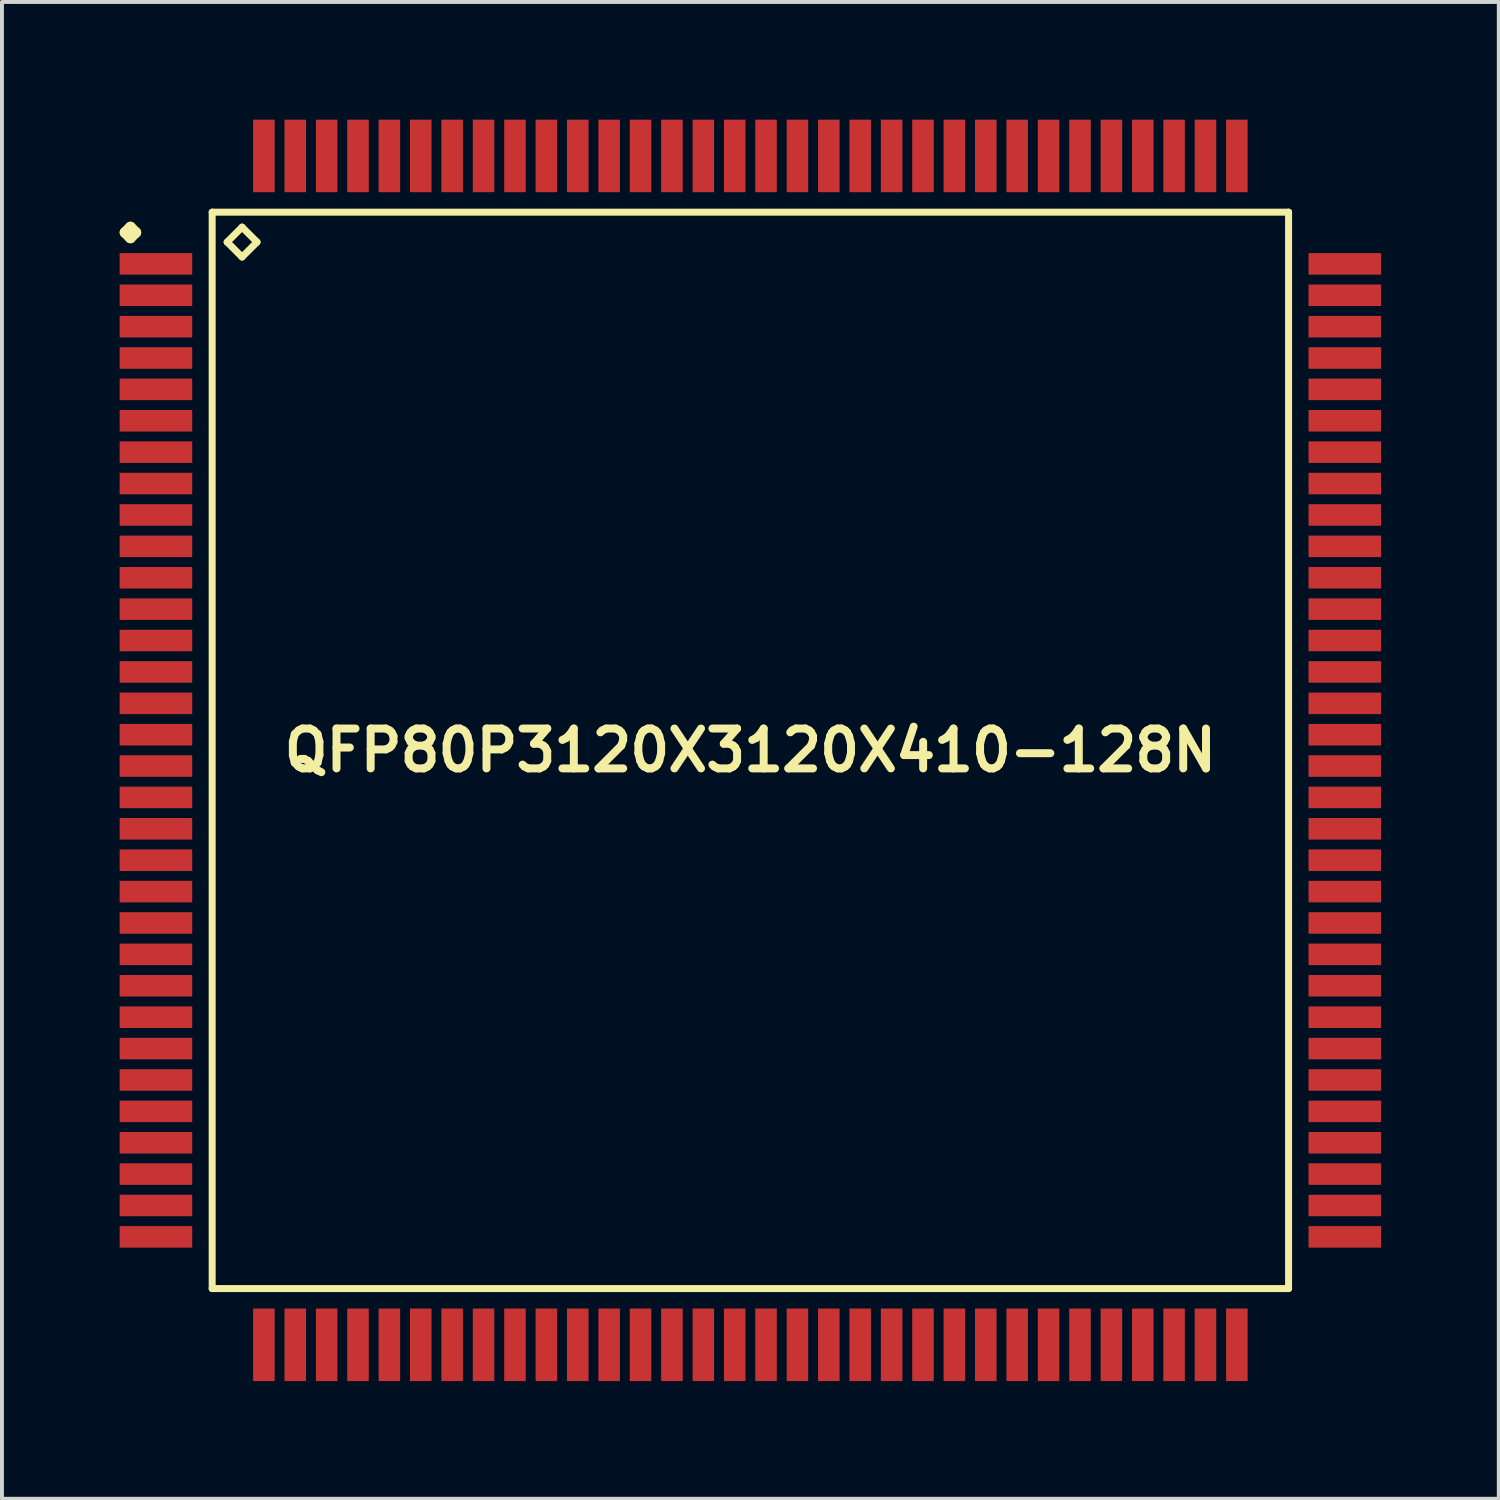
<source format=kicad_pcb>
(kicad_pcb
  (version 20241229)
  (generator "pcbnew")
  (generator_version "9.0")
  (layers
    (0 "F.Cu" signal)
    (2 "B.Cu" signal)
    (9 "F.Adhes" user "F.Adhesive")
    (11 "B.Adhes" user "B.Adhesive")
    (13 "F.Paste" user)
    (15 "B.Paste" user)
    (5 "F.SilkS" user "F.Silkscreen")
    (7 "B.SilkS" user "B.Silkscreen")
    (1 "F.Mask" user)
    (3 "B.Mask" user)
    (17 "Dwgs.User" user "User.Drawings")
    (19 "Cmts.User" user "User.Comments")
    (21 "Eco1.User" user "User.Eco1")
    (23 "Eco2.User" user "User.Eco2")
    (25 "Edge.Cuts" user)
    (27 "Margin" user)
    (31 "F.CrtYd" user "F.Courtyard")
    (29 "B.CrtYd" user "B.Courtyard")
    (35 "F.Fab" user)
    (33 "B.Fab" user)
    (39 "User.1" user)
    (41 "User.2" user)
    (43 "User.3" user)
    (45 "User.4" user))
  (footprint "QFP80P3120X3120X410-128N"
    (layer "F.Cu")
    (at 16.073 16.073)
    (property "Reference" "QFP80P3120X3120X410-128N" (at 0 0 0) (layer "F.SilkS") (effects (font (size 1.016 1.016) (thickness 0.203))))
    (attr smd)
    (fp_line (start -15.936 -13.198) (end -15.799 -13.335) (stroke (width 0.274) (type solid)) (layer "F.SilkS"))
    (fp_line (start -15.799 -13.335) (end -15.662 -13.198) (stroke (width 0.274) (type solid)) (layer "F.SilkS"))
    (fp_line (start -15.799 -13.061) (end -15.936 -13.198) (stroke (width 0.274) (type solid)) (layer "F.SilkS"))
    (fp_line (start -15.662 -13.198) (end -15.799 -13.061) (stroke (width 0.274) (type solid)) (layer "F.SilkS"))
    (fp_line (start -13.716 -13.716) (end -13.716 13.716) (stroke (width 0.178) (type solid)) (layer "F.SilkS"))
    (fp_line (start -13.716 13.716) (end 13.716 13.716) (stroke (width 0.178) (type solid)) (layer "F.SilkS"))
    (fp_line (start -13.335 -12.954) (end -12.954 -13.335) (stroke (width 0.178) (type solid)) (layer "F.SilkS"))
    (fp_line (start -12.954 -13.335) (end -12.573 -12.954) (stroke (width 0.178) (type solid)) (layer "F.SilkS"))
    (fp_line (start -12.954 -12.573) (end -13.335 -12.954) (stroke (width 0.178) (type solid)) (layer "F.SilkS"))
    (fp_line (start -12.573 -12.954) (end -12.954 -12.573) (stroke (width 0.178) (type solid)) (layer "F.SilkS"))
    (fp_line (start 13.716 -13.716) (end -13.716 -13.716) (stroke (width 0.178) (type solid)) (layer "F.SilkS"))
    (fp_line (start 13.716 13.716) (end 13.716 -13.716) (stroke (width 0.178) (type solid)) (layer "F.SilkS"))
    (pad "1" smd rect (at -15.149 -12.398) (size 1.849 0.549) (layers "F.Cu" "F.Mask" "F.Paste"))
    (pad "2" smd rect (at -15.149 -11.598) (size 1.849 0.549) (layers "F.Cu" "F.Mask" "F.Paste"))
    (pad "3" smd rect (at -15.149 -10.798) (size 1.849 0.549) (layers "F.Cu" "F.Mask" "F.Paste"))
    (pad "4" smd rect (at -15.149 -10) (size 1.849 0.549) (layers "F.Cu" "F.Mask" "F.Paste"))
    (pad "5" smd rect (at -15.149 -9.2) (size 1.849 0.549) (layers "F.Cu" "F.Mask" "F.Paste"))
    (pad "6" smd rect (at -15.149 -8.4) (size 1.849 0.549) (layers "F.Cu" "F.Mask" "F.Paste"))
    (pad "7" smd rect (at -15.149 -7.6) (size 1.849 0.549) (layers "F.Cu" "F.Mask" "F.Paste"))
    (pad "8" smd rect (at -15.149 -6.8) (size 1.849 0.549) (layers "F.Cu" "F.Mask" "F.Paste"))
    (pad "9" smd rect (at -15.149 -5.999) (size 1.849 0.549) (layers "F.Cu" "F.Mask" "F.Paste"))
    (pad "10" smd rect (at -15.149 -5.199) (size 1.849 0.549) (layers "F.Cu" "F.Mask" "F.Paste"))
    (pad "11" smd rect (at -15.149 -4.399) (size 1.849 0.549) (layers "F.Cu" "F.Mask" "F.Paste"))
    (pad "12" smd rect (at -15.149 -3.599) (size 1.849 0.549) (layers "F.Cu" "F.Mask" "F.Paste"))
    (pad "13" smd rect (at -15.149 -2.799) (size 1.849 0.549) (layers "F.Cu" "F.Mask" "F.Paste"))
    (pad "14" smd rect (at -15.149 -1.999) (size 1.849 0.549) (layers "F.Cu" "F.Mask" "F.Paste"))
    (pad "15" smd rect (at -15.149 -1.199) (size 1.849 0.549) (layers "F.Cu" "F.Mask" "F.Paste"))
    (pad "16" smd rect (at -15.149 -0.399) (size 1.849 0.549) (layers "F.Cu" "F.Mask" "F.Paste"))
    (pad "17" smd rect (at -15.149 0.399) (size 1.849 0.549) (layers "F.Cu" "F.Mask" "F.Paste"))
    (pad "18" smd rect (at -15.149 1.199) (size 1.849 0.549) (layers "F.Cu" "F.Mask" "F.Paste"))
    (pad "19" smd rect (at -15.149 1.999) (size 1.849 0.549) (layers "F.Cu" "F.Mask" "F.Paste"))
    (pad "20" smd rect (at -15.149 2.799) (size 1.849 0.549) (layers "F.Cu" "F.Mask" "F.Paste"))
    (pad "21" smd rect (at -15.149 3.599) (size 1.849 0.549) (layers "F.Cu" "F.Mask" "F.Paste"))
    (pad "22" smd rect (at -15.149 4.399) (size 1.849 0.549) (layers "F.Cu" "F.Mask" "F.Paste"))
    (pad "23" smd rect (at -15.149 5.199) (size 1.849 0.549) (layers "F.Cu" "F.Mask" "F.Paste"))
    (pad "24" smd rect (at -15.149 5.999) (size 1.849 0.549) (layers "F.Cu" "F.Mask" "F.Paste"))
    (pad "25" smd rect (at -15.149 6.8) (size 1.849 0.549) (layers "F.Cu" "F.Mask" "F.Paste"))
    (pad "26" smd rect (at -15.149 7.6) (size 1.849 0.549) (layers "F.Cu" "F.Mask" "F.Paste"))
    (pad "27" smd rect (at -15.149 8.4) (size 1.849 0.549) (layers "F.Cu" "F.Mask" "F.Paste"))
    (pad "28" smd rect (at -15.149 9.2) (size 1.849 0.549) (layers "F.Cu" "F.Mask" "F.Paste"))
    (pad "29" smd rect (at -15.149 10) (size 1.849 0.549) (layers "F.Cu" "F.Mask" "F.Paste"))
    (pad "30" smd rect (at -15.149 10.798) (size 1.849 0.549) (layers "F.Cu" "F.Mask" "F.Paste"))
    (pad "31" smd rect (at -15.149 11.598) (size 1.849 0.549) (layers "F.Cu" "F.Mask" "F.Paste"))
    (pad "32" smd rect (at -15.149 12.398) (size 1.849 0.549) (layers "F.Cu" "F.Mask" "F.Paste"))
    (pad "33" smd rect (at -12.398 15.149) (size 0.549 1.849) (layers "F.Cu" "F.Mask" "F.Paste"))
    (pad "34" smd rect (at -11.598 15.149) (size 0.549 1.849) (layers "F.Cu" "F.Mask" "F.Paste"))
    (pad "35" smd rect (at -10.798 15.149) (size 0.549 1.849) (layers "F.Cu" "F.Mask" "F.Paste"))
    (pad "36" smd rect (at -10 15.149) (size 0.549 1.849) (layers "F.Cu" "F.Mask" "F.Paste"))
    (pad "37" smd rect (at -9.2 15.149) (size 0.549 1.849) (layers "F.Cu" "F.Mask" "F.Paste"))
    (pad "38" smd rect (at -8.4 15.149) (size 0.549 1.849) (layers "F.Cu" "F.Mask" "F.Paste"))
    (pad "39" smd rect (at -7.6 15.149) (size 0.549 1.849) (layers "F.Cu" "F.Mask" "F.Paste"))
    (pad "40" smd rect (at -6.8 15.149) (size 0.549 1.849) (layers "F.Cu" "F.Mask" "F.Paste"))
    (pad "41" smd rect (at -5.999 15.149) (size 0.549 1.849) (layers "F.Cu" "F.Mask" "F.Paste"))
    (pad "42" smd rect (at -5.199 15.149) (size 0.549 1.849) (layers "F.Cu" "F.Mask" "F.Paste"))
    (pad "43" smd rect (at -4.399 15.149) (size 0.549 1.849) (layers "F.Cu" "F.Mask" "F.Paste"))
    (pad "44" smd rect (at -3.599 15.149) (size 0.549 1.849) (layers "F.Cu" "F.Mask" "F.Paste"))
    (pad "45" smd rect (at -2.799 15.149) (size 0.549 1.849) (layers "F.Cu" "F.Mask" "F.Paste"))
    (pad "46" smd rect (at -1.999 15.149) (size 0.549 1.849) (layers "F.Cu" "F.Mask" "F.Paste"))
    (pad "47" smd rect (at -1.199 15.149) (size 0.549 1.849) (layers "F.Cu" "F.Mask" "F.Paste"))
    (pad "48" smd rect (at -0.399 15.149) (size 0.549 1.849) (layers "F.Cu" "F.Mask" "F.Paste"))
    (pad "49" smd rect (at 0.399 15.149) (size 0.549 1.849) (layers "F.Cu" "F.Mask" "F.Paste"))
    (pad "50" smd rect (at 1.199 15.149) (size 0.549 1.849) (layers "F.Cu" "F.Mask" "F.Paste"))
    (pad "51" smd rect (at 1.999 15.149) (size 0.549 1.849) (layers "F.Cu" "F.Mask" "F.Paste"))
    (pad "52" smd rect (at 2.799 15.149) (size 0.549 1.849) (layers "F.Cu" "F.Mask" "F.Paste"))
    (pad "53" smd rect (at 3.599 15.149) (size 0.549 1.849) (layers "F.Cu" "F.Mask" "F.Paste"))
    (pad "54" smd rect (at 4.399 15.149) (size 0.549 1.849) (layers "F.Cu" "F.Mask" "F.Paste"))
    (pad "55" smd rect (at 5.199 15.149) (size 0.549 1.849) (layers "F.Cu" "F.Mask" "F.Paste"))
    (pad "56" smd rect (at 5.999 15.149) (size 0.549 1.849) (layers "F.Cu" "F.Mask" "F.Paste"))
    (pad "57" smd rect (at 6.8 15.149) (size 0.549 1.849) (layers "F.Cu" "F.Mask" "F.Paste"))
    (pad "58" smd rect (at 7.6 15.149) (size 0.549 1.849) (layers "F.Cu" "F.Mask" "F.Paste"))
    (pad "59" smd rect (at 8.4 15.149) (size 0.549 1.849) (layers "F.Cu" "F.Mask" "F.Paste"))
    (pad "60" smd rect (at 9.2 15.149) (size 0.549 1.849) (layers "F.Cu" "F.Mask" "F.Paste"))
    (pad "61" smd rect (at 10 15.149) (size 0.549 1.849) (layers "F.Cu" "F.Mask" "F.Paste"))
    (pad "62" smd rect (at 10.798 15.149) (size 0.549 1.849) (layers "F.Cu" "F.Mask" "F.Paste"))
    (pad "63" smd rect (at 11.598 15.149) (size 0.549 1.849) (layers "F.Cu" "F.Mask" "F.Paste"))
    (pad "64" smd rect (at 12.398 15.149) (size 0.549 1.849) (layers "F.Cu" "F.Mask" "F.Paste"))
    (pad "65" smd rect (at 15.149 12.398) (size 1.849 0.549) (layers "F.Cu" "F.Mask" "F.Paste"))
    (pad "66" smd rect (at 15.149 11.598) (size 1.849 0.549) (layers "F.Cu" "F.Mask" "F.Paste"))
    (pad "67" smd rect (at 15.149 10.798) (size 1.849 0.549) (layers "F.Cu" "F.Mask" "F.Paste"))
    (pad "68" smd rect (at 15.149 10) (size 1.849 0.549) (layers "F.Cu" "F.Mask" "F.Paste"))
    (pad "69" smd rect (at 15.149 9.2) (size 1.849 0.549) (layers "F.Cu" "F.Mask" "F.Paste"))
    (pad "70" smd rect (at 15.149 8.4) (size 1.849 0.549) (layers "F.Cu" "F.Mask" "F.Paste"))
    (pad "71" smd rect (at 15.149 7.6) (size 1.849 0.549) (layers "F.Cu" "F.Mask" "F.Paste"))
    (pad "72" smd rect (at 15.149 6.8) (size 1.849 0.549) (layers "F.Cu" "F.Mask" "F.Paste"))
    (pad "73" smd rect (at 15.149 5.999) (size 1.849 0.549) (layers "F.Cu" "F.Mask" "F.Paste"))
    (pad "74" smd rect (at 15.149 5.199) (size 1.849 0.549) (layers "F.Cu" "F.Mask" "F.Paste"))
    (pad "75" smd rect (at 15.149 4.399) (size 1.849 0.549) (layers "F.Cu" "F.Mask" "F.Paste"))
    (pad "76" smd rect (at 15.149 3.599) (size 1.849 0.549) (layers "F.Cu" "F.Mask" "F.Paste"))
    (pad "77" smd rect (at 15.149 2.799) (size 1.849 0.549) (layers "F.Cu" "F.Mask" "F.Paste"))
    (pad "78" smd rect (at 15.149 1.999) (size 1.849 0.549) (layers "F.Cu" "F.Mask" "F.Paste"))
    (pad "79" smd rect (at 15.149 1.199) (size 1.849 0.549) (layers "F.Cu" "F.Mask" "F.Paste"))
    (pad "80" smd rect (at 15.149 0.399) (size 1.849 0.549) (layers "F.Cu" "F.Mask" "F.Paste"))
    (pad "81" smd rect (at 15.149 -0.399) (size 1.849 0.549) (layers "F.Cu" "F.Mask" "F.Paste"))
    (pad "82" smd rect (at 15.149 -1.199) (size 1.849 0.549) (layers "F.Cu" "F.Mask" "F.Paste"))
    (pad "83" smd rect (at 15.149 -1.999) (size 1.849 0.549) (layers "F.Cu" "F.Mask" "F.Paste"))
    (pad "84" smd rect (at 15.149 -2.799) (size 1.849 0.549) (layers "F.Cu" "F.Mask" "F.Paste"))
    (pad "85" smd rect (at 15.149 -3.599) (size 1.849 0.549) (layers "F.Cu" "F.Mask" "F.Paste"))
    (pad "86" smd rect (at 15.149 -4.399) (size 1.849 0.549) (layers "F.Cu" "F.Mask" "F.Paste"))
    (pad "87" smd rect (at 15.149 -5.199) (size 1.849 0.549) (layers "F.Cu" "F.Mask" "F.Paste"))
    (pad "88" smd rect (at 15.149 -5.999) (size 1.849 0.549) (layers "F.Cu" "F.Mask" "F.Paste"))
    (pad "89" smd rect (at 15.149 -6.8) (size 1.849 0.549) (layers "F.Cu" "F.Mask" "F.Paste"))
    (pad "90" smd rect (at 15.149 -7.6) (size 1.849 0.549) (layers "F.Cu" "F.Mask" "F.Paste"))
    (pad "91" smd rect (at 15.149 -8.4) (size 1.849 0.549) (layers "F.Cu" "F.Mask" "F.Paste"))
    (pad "92" smd rect (at 15.149 -9.2) (size 1.849 0.549) (layers "F.Cu" "F.Mask" "F.Paste"))
    (pad "93" smd rect (at 15.149 -10) (size 1.849 0.549) (layers "F.Cu" "F.Mask" "F.Paste"))
    (pad "94" smd rect (at 15.149 -10.798) (size 1.849 0.549) (layers "F.Cu" "F.Mask" "F.Paste"))
    (pad "95" smd rect (at 15.149 -11.598) (size 1.849 0.549) (layers "F.Cu" "F.Mask" "F.Paste"))
    (pad "96" smd rect (at 15.149 -12.398) (size 1.849 0.549) (layers "F.Cu" "F.Mask" "F.Paste"))
    (pad "97" smd rect (at 12.398 -15.149) (size 0.549 1.849) (layers "F.Cu" "F.Mask" "F.Paste"))
    (pad "98" smd rect (at 11.598 -15.149) (size 0.549 1.849) (layers "F.Cu" "F.Mask" "F.Paste"))
    (pad "99" smd rect (at 10.798 -15.149) (size 0.549 1.849) (layers "F.Cu" "F.Mask" "F.Paste"))
    (pad "100" smd rect (at 10 -15.149) (size 0.549 1.849) (layers "F.Cu" "F.Mask" "F.Paste"))
    (pad "101" smd rect (at 9.2 -15.149) (size 0.549 1.849) (layers "F.Cu" "F.Mask" "F.Paste"))
    (pad "102" smd rect (at 8.4 -15.149) (size 0.549 1.849) (layers "F.Cu" "F.Mask" "F.Paste"))
    (pad "103" smd rect (at 7.6 -15.149) (size 0.549 1.849) (layers "F.Cu" "F.Mask" "F.Paste"))
    (pad "104" smd rect (at 6.8 -15.149) (size 0.549 1.849) (layers "F.Cu" "F.Mask" "F.Paste"))
    (pad "105" smd rect (at 5.999 -15.149) (size 0.549 1.849) (layers "F.Cu" "F.Mask" "F.Paste"))
    (pad "106" smd rect (at 5.199 -15.149) (size 0.549 1.849) (layers "F.Cu" "F.Mask" "F.Paste"))
    (pad "107" smd rect (at 4.399 -15.149) (size 0.549 1.849) (layers "F.Cu" "F.Mask" "F.Paste"))
    (pad "108" smd rect (at 3.599 -15.149) (size 0.549 1.849) (layers "F.Cu" "F.Mask" "F.Paste"))
    (pad "109" smd rect (at 2.799 -15.149) (size 0.549 1.849) (layers "F.Cu" "F.Mask" "F.Paste"))
    (pad "110" smd rect (at 1.999 -15.149) (size 0.549 1.849) (layers "F.Cu" "F.Mask" "F.Paste"))
    (pad "111" smd rect (at 1.199 -15.149) (size 0.549 1.849) (layers "F.Cu" "F.Mask" "F.Paste"))
    (pad "112" smd rect (at 0.399 -15.149) (size 0.549 1.849) (layers "F.Cu" "F.Mask" "F.Paste"))
    (pad "113" smd rect (at -0.399 -15.149) (size 0.549 1.849) (layers "F.Cu" "F.Mask" "F.Paste"))
    (pad "114" smd rect (at -1.199 -15.149) (size 0.549 1.849) (layers "F.Cu" "F.Mask" "F.Paste"))
    (pad "115" smd rect (at -1.999 -15.149) (size 0.549 1.849) (layers "F.Cu" "F.Mask" "F.Paste"))
    (pad "116" smd rect (at -2.799 -15.149) (size 0.549 1.849) (layers "F.Cu" "F.Mask" "F.Paste"))
    (pad "117" smd rect (at -3.599 -15.149) (size 0.549 1.849) (layers "F.Cu" "F.Mask" "F.Paste"))
    (pad "118" smd rect (at -4.399 -15.149) (size 0.549 1.849) (layers "F.Cu" "F.Mask" "F.Paste"))
    (pad "119" smd rect (at -5.199 -15.149) (size 0.549 1.849) (layers "F.Cu" "F.Mask" "F.Paste"))
    (pad "120" smd rect (at -5.999 -15.149) (size 0.549 1.849) (layers "F.Cu" "F.Mask" "F.Paste"))
    (pad "121" smd rect (at -6.8 -15.149) (size 0.549 1.849) (layers "F.Cu" "F.Mask" "F.Paste"))
    (pad "122" smd rect (at -7.6 -15.149) (size 0.549 1.849) (layers "F.Cu" "F.Mask" "F.Paste"))
    (pad "123" smd rect (at -8.4 -15.149) (size 0.549 1.849) (layers "F.Cu" "F.Mask" "F.Paste"))
    (pad "124" smd rect (at -9.2 -15.149) (size 0.549 1.849) (layers "F.Cu" "F.Mask" "F.Paste"))
    (pad "125" smd rect (at -10 -15.149) (size 0.549 1.849) (layers "F.Cu" "F.Mask" "F.Paste"))
    (pad "126" smd rect (at -10.798 -15.149) (size 0.549 1.849) (layers "F.Cu" "F.Mask" "F.Paste"))
    (pad "127" smd rect (at -11.598 -15.149) (size 0.549 1.849) (layers "F.Cu" "F.Mask" "F.Paste"))
    (pad "128" smd rect (at -12.398 -15.149) (size 0.549 1.849) (layers "F.Cu" "F.Mask" "F.Paste")))
  (gr_rect
    (start -3 -3)
    (end 35.146 35.146)
    (stroke (width 0.1) (type default))
    (fill no)
    (layer "Edge.Cuts")))
</source>
